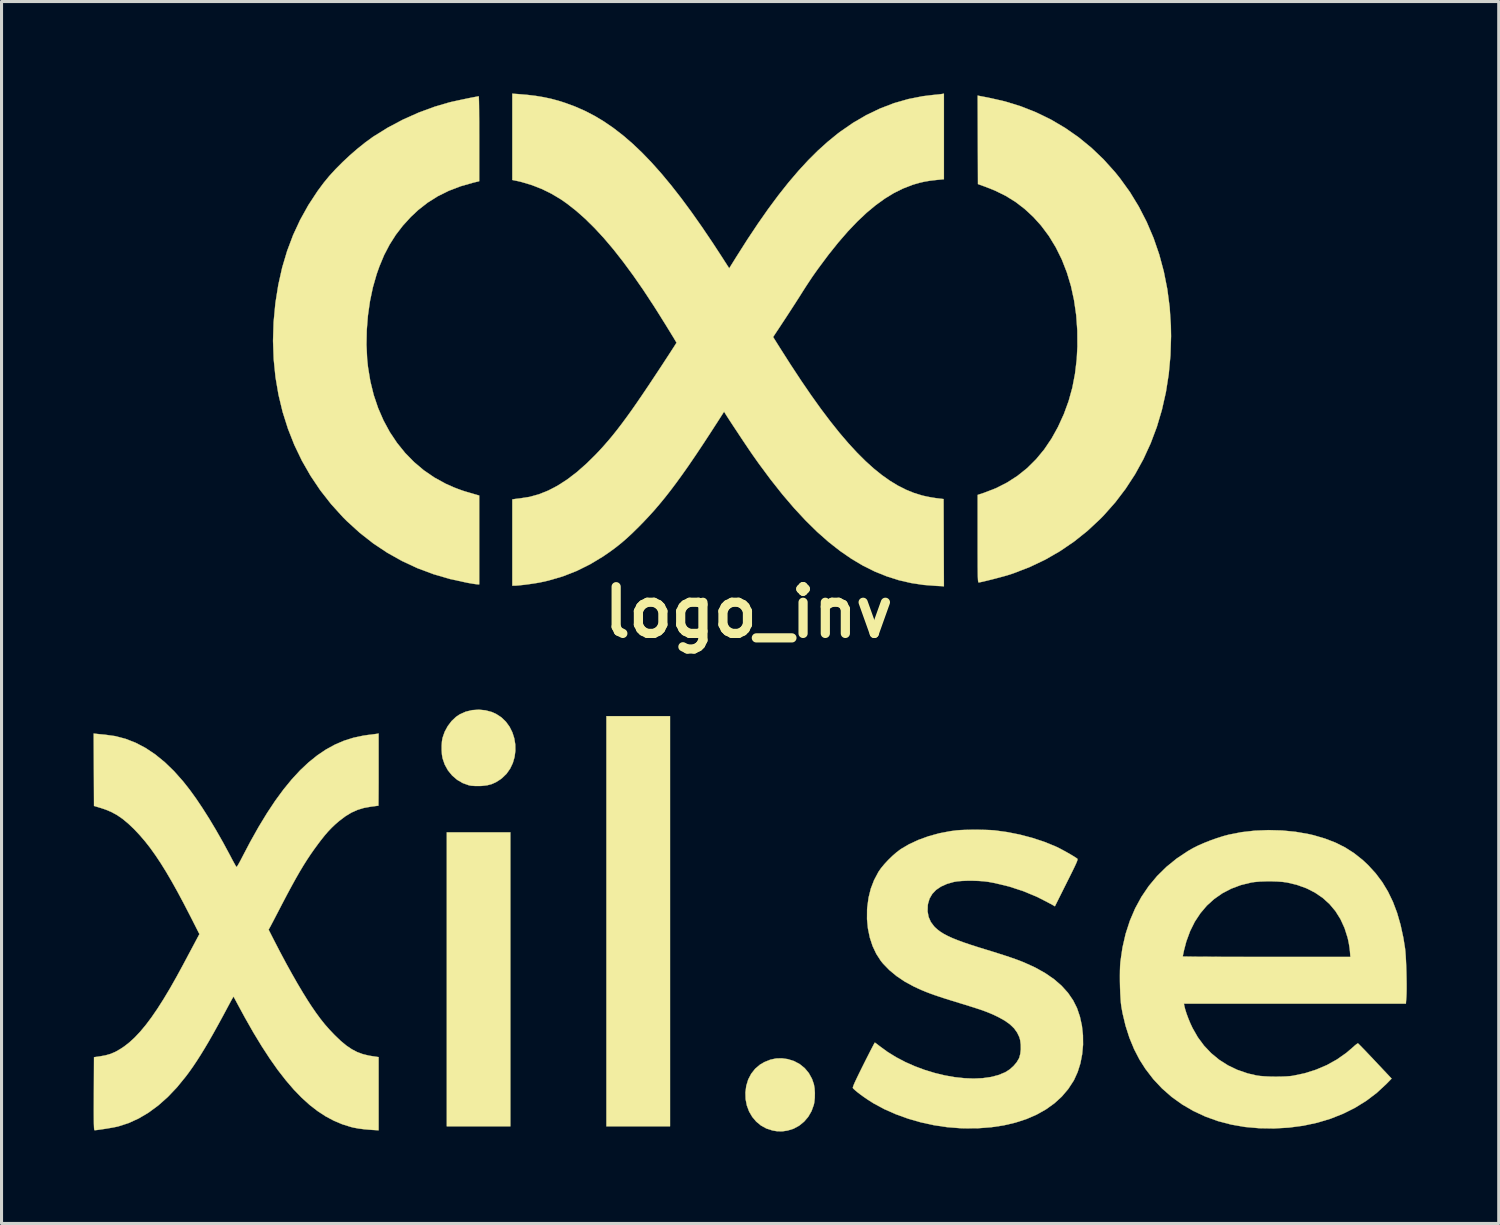
<source format=kicad_pcb>
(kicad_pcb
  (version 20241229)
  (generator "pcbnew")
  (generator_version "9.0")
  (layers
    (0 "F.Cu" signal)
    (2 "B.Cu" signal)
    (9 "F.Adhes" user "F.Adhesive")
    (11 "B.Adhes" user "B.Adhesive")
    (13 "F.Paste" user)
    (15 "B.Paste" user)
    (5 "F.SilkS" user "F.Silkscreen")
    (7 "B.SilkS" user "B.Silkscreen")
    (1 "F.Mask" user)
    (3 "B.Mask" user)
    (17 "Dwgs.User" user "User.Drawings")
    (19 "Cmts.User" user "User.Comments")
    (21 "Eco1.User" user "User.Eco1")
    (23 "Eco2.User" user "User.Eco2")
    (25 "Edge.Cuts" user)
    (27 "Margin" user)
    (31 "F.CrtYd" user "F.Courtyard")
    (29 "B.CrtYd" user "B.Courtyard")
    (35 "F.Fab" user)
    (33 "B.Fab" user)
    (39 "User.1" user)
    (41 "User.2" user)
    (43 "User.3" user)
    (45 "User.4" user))
  (footprint "logo_inv"
    (layer "F.Cu")
    (at 21.363 16.919)
    (property "Reference" "logo_inv" (at 0 0 0) (layer "F.SilkS") (effects (font (size 1.524 1.524) (thickness 0.3))))
    (attr through_hole)
    (fp_poly (pts (xy -7.768 16.764) (xy -9.842 16.764) (xy -9.842 7.176) (xy -7.768 7.176) (xy -7.768 16.764)) (stroke (width 0.01) (type solid)) (fill yes) (layer "F.SilkS"))
    (fp_poly (pts (xy -2.561 16.764) (xy -4.636 16.764) (xy -4.636 3.387) (xy -2.561 3.387) (xy -2.561 16.764)) (stroke (width 0.01) (type solid)) (fill yes) (layer "F.SilkS"))
    (fp_poly (pts (xy 1.281 14.573) (xy 1.486 14.638) (xy 1.671 14.737) (xy 1.833 14.869) (xy 1.966 15.029) (xy 2.069 15.215) (xy 2.13 15.391) (xy 2.153 15.522) (xy 2.163 15.677) (xy 2.16 15.837) (xy 2.144 15.986) (xy 2.128 16.064) (xy 2.054 16.268) (xy 1.948 16.452) (xy 1.812 16.611) (xy 1.652 16.742) (xy 1.47 16.841) (xy 1.275 16.902) (xy 1.101 16.928) (xy 0.934 16.925) (xy 0.783 16.9) (xy 0.585 16.837) (xy 0.406 16.739) (xy 0.251 16.611) (xy 0.121 16.457) (xy 0.018 16.281) (xy -0.055 16.086) (xy -0.096 15.877) (xy -0.102 15.658) (xy -0.074 15.443) (xy -0.01 15.235) (xy 0.088 15.048) (xy 0.217 14.885) (xy 0.374 14.752) (xy 0.517 14.669) (xy 0.711 14.591) (xy 0.898 14.551) (xy 1.088 14.546) (xy 1.281 14.573)) (stroke (width 0.01) (type solid)) (fill yes) (layer "F.SilkS"))
    (fp_poly (pts (xy -8.58 3.197) (xy -8.371 3.253) (xy -8.235 3.314) (xy -8.06 3.428) (xy -7.913 3.57) (xy -7.794 3.734) (xy -7.703 3.916) (xy -7.641 4.11) (xy -7.608 4.312) (xy -7.605 4.517) (xy -7.631 4.719) (xy -7.688 4.915) (xy -7.775 5.098) (xy -7.892 5.265) (xy -8.041 5.409) (xy -8.092 5.448) (xy -8.236 5.54) (xy -8.376 5.603) (xy -8.524 5.642) (xy -8.695 5.662) (xy -8.763 5.665) (xy -8.912 5.665) (xy -9.035 5.657) (xy -9.117 5.643) (xy -9.319 5.571) (xy -9.504 5.463) (xy -9.667 5.323) (xy -9.803 5.157) (xy -9.908 4.968) (xy -9.979 4.762) (xy -9.98 4.757) (xy -10 4.637) (xy -10.009 4.495) (xy -10.009 4.346) (xy -9.999 4.207) (xy -9.98 4.095) (xy -9.911 3.898) (xy -9.811 3.713) (xy -9.686 3.548) (xy -9.54 3.41) (xy -9.419 3.329) (xy -9.225 3.242) (xy -9.015 3.191) (xy -8.797 3.176) (xy -8.58 3.197)) (stroke (width 0.01) (type solid)) (fill yes) (layer "F.SilkS"))
    (fp_poly (pts (xy 7.53 -16.84) (xy 7.574 -16.831) (xy 7.649 -16.817) (xy 7.743 -16.799) (xy 7.821 -16.784) (xy 8.357 -16.663) (xy 8.877 -16.503) (xy 9.378 -16.305) (xy 9.861 -16.07) (xy 10.323 -15.798) (xy 10.764 -15.491) (xy 11.183 -15.148) (xy 11.578 -14.771) (xy 11.948 -14.36) (xy 12.114 -14.154) (xy 12.439 -13.704) (xy 12.729 -13.228) (xy 12.985 -12.73) (xy 13.207 -12.21) (xy 13.393 -11.671) (xy 13.543 -11.113) (xy 13.657 -10.538) (xy 13.734 -9.949) (xy 13.773 -9.346) (xy 13.779 -9.006) (xy 13.76 -8.381) (xy 13.704 -7.771) (xy 13.611 -7.178) (xy 13.481 -6.603) (xy 13.316 -6.047) (xy 13.114 -5.511) (xy 12.877 -4.995) (xy 12.606 -4.502) (xy 12.299 -4.031) (xy 11.959 -3.584) (xy 11.585 -3.162) (xy 11.462 -3.037) (xy 11.05 -2.653) (xy 10.615 -2.306) (xy 10.157 -1.994) (xy 9.678 -1.718) (xy 9.176 -1.479) (xy 8.652 -1.276) (xy 8.535 -1.236) (xy 8.454 -1.211) (xy 8.35 -1.181) (xy 8.228 -1.148) (xy 8.097 -1.113) (xy 7.963 -1.078) (xy 7.834 -1.046) (xy 7.716 -1.017) (xy 7.617 -0.994) (xy 7.545 -0.979) (xy 7.506 -0.974) (xy 7.506 -0.974) (xy 7.499 -0.976) (xy 7.493 -0.987) (xy 7.489 -1.007) (xy 7.484 -1.041) (xy 7.481 -1.092) (xy 7.478 -1.161) (xy 7.476 -1.253) (xy 7.475 -1.37) (xy 7.473 -1.514) (xy 7.473 -1.69) (xy 7.472 -1.899) (xy 7.472 -2.146) (xy 7.472 -2.401) (xy 7.472 -3.828) (xy 7.678 -3.896) (xy 8.067 -4.046) (xy 8.431 -4.231) (xy 8.771 -4.45) (xy 9.087 -4.703) (xy 9.377 -4.991) (xy 9.643 -5.312) (xy 9.883 -5.668) (xy 10.091 -6.043) (xy 10.283 -6.463) (xy 10.439 -6.89) (xy 10.56 -7.327) (xy 10.647 -7.78) (xy 10.703 -8.253) (xy 10.725 -8.668) (xy 10.722 -9.187) (xy 10.686 -9.691) (xy 10.616 -10.176) (xy 10.515 -10.641) (xy 10.381 -11.085) (xy 10.217 -11.505) (xy 10.021 -11.901) (xy 9.796 -12.271) (xy 9.541 -12.612) (xy 9.286 -12.894) (xy 9.002 -13.157) (xy 8.703 -13.386) (xy 8.384 -13.583) (xy 8.038 -13.753) (xy 7.758 -13.865) (xy 7.482 -13.966) (xy 7.472 -16.852) (xy 7.53 -16.84)) (stroke (width 0.01) (type solid)) (fill yes) (layer "F.SilkS"))
    (fp_poly (pts (xy -8.797 -16.807) (xy -8.795 -16.747) (xy -8.792 -16.653) (xy -8.79 -16.526) (xy -8.788 -16.371) (xy -8.787 -16.192) (xy -8.785 -15.991) (xy -8.785 -15.772) (xy -8.784 -15.539) (xy -8.784 -15.443) (xy -8.784 -14.059) (xy -8.98 -14.012) (xy -9.393 -13.894) (xy -9.777 -13.747) (xy -10.134 -13.57) (xy -10.466 -13.361) (xy -10.775 -13.119) (xy -11.011 -12.898) (xy -11.274 -12.61) (xy -11.505 -12.31) (xy -11.707 -11.992) (xy -11.885 -11.651) (xy -12.04 -11.279) (xy -12.129 -11.028) (xy -12.252 -10.599) (xy -12.347 -10.146) (xy -12.414 -9.677) (xy -12.452 -9.201) (xy -12.461 -8.726) (xy -12.439 -8.26) (xy -12.412 -8.001) (xy -12.335 -7.534) (xy -12.225 -7.087) (xy -12.081 -6.66) (xy -11.906 -6.257) (xy -11.7 -5.877) (xy -11.464 -5.524) (xy -11.2 -5.197) (xy -10.909 -4.9) (xy -10.592 -4.632) (xy -10.249 -4.397) (xy -9.882 -4.195) (xy -9.62 -4.078) (xy -9.51 -4.035) (xy -9.397 -3.993) (xy -9.296 -3.958) (xy -9.239 -3.94) (xy -9.137 -3.91) (xy -9.022 -3.877) (xy -8.938 -3.852) (xy -8.784 -3.808) (xy -8.784 -0.91) (xy -8.842 -0.912) (xy -8.885 -0.917) (xy -8.959 -0.927) (xy -9.055 -0.943) (xy -9.161 -0.961) (xy -9.171 -0.963) (xy -9.735 -1.085) (xy -10.278 -1.244) (xy -10.799 -1.439) (xy -11.3 -1.672) (xy -11.78 -1.941) (xy -12.24 -2.247) (xy -12.678 -2.59) (xy -13.096 -2.97) (xy -13.23 -3.104) (xy -13.616 -3.53) (xy -13.968 -3.98) (xy -14.285 -4.452) (xy -14.567 -4.945) (xy -14.813 -5.457) (xy -15.022 -5.987) (xy -15.195 -6.533) (xy -15.33 -7.094) (xy -15.428 -7.669) (xy -15.487 -8.256) (xy -15.508 -8.853) (xy -15.49 -9.459) (xy -15.432 -10.073) (xy -15.43 -10.092) (xy -15.336 -10.681) (xy -15.21 -11.244) (xy -15.049 -11.784) (xy -14.854 -12.302) (xy -14.623 -12.8) (xy -14.357 -13.278) (xy -14.054 -13.74) (xy -13.852 -14.012) (xy -13.675 -14.227) (xy -13.468 -14.453) (xy -13.239 -14.683) (xy -12.996 -14.91) (xy -12.746 -15.126) (xy -12.499 -15.324) (xy -12.261 -15.497) (xy -12.23 -15.518) (xy -11.763 -15.808) (xy -11.27 -16.069) (xy -10.759 -16.297) (xy -10.237 -16.489) (xy -9.768 -16.627) (xy -9.699 -16.644) (xy -9.604 -16.665) (xy -9.49 -16.69) (xy -9.365 -16.717) (xy -9.236 -16.744) (xy -9.111 -16.77) (xy -8.998 -16.792) (xy -8.903 -16.81) (xy -8.835 -16.823) (xy -8.8 -16.827) (xy -8.8 -16.827) (xy -8.797 -16.807)) (stroke (width 0.01) (type solid)) (fill yes) (layer "F.SilkS"))
    (fp_poly (pts (xy 17.401 7.116) (xy 17.84 7.159) (xy 18.264 7.233) (xy 18.426 7.27) (xy 18.8 7.38) (xy 19.143 7.512) (xy 19.459 7.671) (xy 19.752 7.859) (xy 20.027 8.077) (xy 20.215 8.254) (xy 20.455 8.517) (xy 20.668 8.801) (xy 20.854 9.109) (xy 21.015 9.442) (xy 21.151 9.802) (xy 21.264 10.194) (xy 21.356 10.618) (xy 21.411 10.964) (xy 21.422 11.068) (xy 21.432 11.205) (xy 21.441 11.369) (xy 21.449 11.55) (xy 21.455 11.74) (xy 21.459 11.932) (xy 21.462 12.117) (xy 21.462 12.287) (xy 21.459 12.433) (xy 21.454 12.548) (xy 21.453 12.558) (xy 21.438 12.764) (xy 14.198 12.764) (xy 14.212 12.836) (xy 14.24 12.949) (xy 14.284 13.089) (xy 14.341 13.243) (xy 14.406 13.401) (xy 14.476 13.551) (xy 14.479 13.557) (xy 14.652 13.86) (xy 14.856 14.135) (xy 15.089 14.38) (xy 15.349 14.594) (xy 15.635 14.776) (xy 15.946 14.925) (xy 16.279 15.039) (xy 16.563 15.105) (xy 16.682 15.122) (xy 16.833 15.134) (xy 17.004 15.142) (xy 17.185 15.145) (xy 17.364 15.143) (xy 17.531 15.137) (xy 17.674 15.126) (xy 17.748 15.116) (xy 18.135 15.035) (xy 18.506 14.918) (xy 18.858 14.768) (xy 19.188 14.585) (xy 19.492 14.372) (xy 19.698 14.196) (xy 19.766 14.135) (xy 19.823 14.089) (xy 19.862 14.062) (xy 19.875 14.058) (xy 19.894 14.075) (xy 19.938 14.119) (xy 20.005 14.187) (xy 20.091 14.275) (xy 20.192 14.381) (xy 20.305 14.5) (xy 20.427 14.629) (xy 20.434 14.637) (xy 20.972 15.208) (xy 20.799 15.385) (xy 20.488 15.673) (xy 20.148 15.931) (xy 19.782 16.158) (xy 19.392 16.353) (xy 18.979 16.517) (xy 18.545 16.647) (xy 18.092 16.744) (xy 17.622 16.806) (xy 17.138 16.834) (xy 16.658 16.826) (xy 16.191 16.785) (xy 15.742 16.707) (xy 15.31 16.594) (xy 14.899 16.446) (xy 14.51 16.265) (xy 14.144 16.052) (xy 13.802 15.807) (xy 13.487 15.531) (xy 13.2 15.225) (xy 12.943 14.89) (xy 12.751 14.589) (xy 12.575 14.249) (xy 12.422 13.879) (xy 12.296 13.486) (xy 12.198 13.077) (xy 12.159 12.859) (xy 12.144 12.744) (xy 12.133 12.596) (xy 12.123 12.425) (xy 12.116 12.238) (xy 12.112 12.047) (xy 12.111 11.858) (xy 12.113 11.683) (xy 12.118 11.53) (xy 12.127 11.408) (xy 12.127 11.407) (xy 12.153 11.224) (xy 14.161 11.224) (xy 14.182 11.226) (xy 14.242 11.227) (xy 14.34 11.229) (xy 14.473 11.231) (xy 14.638 11.233) (xy 14.833 11.234) (xy 15.055 11.235) (xy 15.302 11.237) (xy 15.572 11.238) (xy 15.862 11.238) (xy 16.168 11.239) (xy 16.49 11.239) (xy 16.824 11.239) (xy 16.894 11.239) (xy 19.628 11.239) (xy 19.613 11.048) (xy 19.601 10.944) (xy 19.581 10.818) (xy 19.555 10.689) (xy 19.538 10.614) (xy 19.438 10.299) (xy 19.306 10.01) (xy 19.143 9.749) (xy 18.949 9.517) (xy 18.725 9.314) (xy 18.471 9.141) (xy 18.19 8.999) (xy 17.881 8.888) (xy 17.565 8.813) (xy 17.42 8.793) (xy 17.245 8.78) (xy 17.054 8.774) (xy 16.859 8.775) (xy 16.671 8.782) (xy 16.503 8.797) (xy 16.394 8.813) (xy 16.055 8.896) (xy 15.74 9.014) (xy 15.449 9.166) (xy 15.185 9.351) (xy 14.946 9.567) (xy 14.736 9.815) (xy 14.553 10.092) (xy 14.401 10.398) (xy 14.278 10.732) (xy 14.203 11.017) (xy 14.185 11.103) (xy 14.17 11.172) (xy 14.162 11.215) (xy 14.161 11.224) (xy 12.153 11.224) (xy 12.195 10.935) (xy 12.298 10.486) (xy 12.436 10.06) (xy 12.608 9.658) (xy 12.813 9.281) (xy 13.052 8.929) (xy 13.324 8.602) (xy 13.628 8.303) (xy 13.964 8.03) (xy 14.331 7.786) (xy 14.499 7.69) (xy 14.66 7.609) (xy 14.851 7.525) (xy 15.06 7.442) (xy 15.274 7.366) (xy 15.483 7.3) (xy 15.663 7.252) (xy 16.077 7.171) (xy 16.51 7.122) (xy 16.954 7.104) (xy 17.401 7.116)) (stroke (width 0.01) (type solid)) (fill yes) (layer "F.SilkS"))
    (fp_poly (pts (xy 7.567 7.093) (xy 7.739 7.097) (xy 7.89 7.103) (xy 8.012 7.111) (xy 8.022 7.112) (xy 8.434 7.168) (xy 8.846 7.25) (xy 9.249 7.356) (xy 9.634 7.482) (xy 9.99 7.626) (xy 10.051 7.654) (xy 10.141 7.698) (xy 10.25 7.756) (xy 10.367 7.82) (xy 10.483 7.886) (xy 10.587 7.948) (xy 10.671 8.001) (xy 10.717 8.032) (xy 10.725 8.041) (xy 10.729 8.055) (xy 10.726 8.078) (xy 10.715 8.113) (xy 10.695 8.163) (xy 10.664 8.233) (xy 10.62 8.326) (xy 10.562 8.445) (xy 10.488 8.594) (xy 10.397 8.776) (xy 10.373 8.824) (xy 9.991 9.588) (xy 9.858 9.512) (xy 9.426 9.289) (xy 8.973 9.099) (xy 8.504 8.945) (xy 8.027 8.83) (xy 7.821 8.792) (xy 7.67 8.773) (xy 7.497 8.761) (xy 7.314 8.755) (xy 7.131 8.755) (xy 6.96 8.762) (xy 6.809 8.775) (xy 6.699 8.793) (xy 6.47 8.858) (xy 6.275 8.946) (xy 6.115 9.055) (xy 5.991 9.186) (xy 5.903 9.337) (xy 5.852 9.509) (xy 5.845 9.558) (xy 5.839 9.755) (xy 5.872 9.936) (xy 5.944 10.099) (xy 6.055 10.247) (xy 6.086 10.278) (xy 6.169 10.352) (xy 6.262 10.422) (xy 6.371 10.49) (xy 6.497 10.557) (xy 6.645 10.624) (xy 6.818 10.694) (xy 7.019 10.768) (xy 7.253 10.847) (xy 7.522 10.933) (xy 7.691 10.985) (xy 7.958 11.067) (xy 8.189 11.14) (xy 8.388 11.204) (xy 8.561 11.262) (xy 8.712 11.315) (xy 8.845 11.364) (xy 8.965 11.412) (xy 8.99 11.422) (xy 9.354 11.588) (xy 9.678 11.77) (xy 9.964 11.967) (xy 10.21 12.181) (xy 10.417 12.41) (xy 10.585 12.655) (xy 10.711 12.905) (xy 10.807 13.187) (xy 10.872 13.485) (xy 10.906 13.793) (xy 10.909 14.104) (xy 10.88 14.413) (xy 10.822 14.712) (xy 10.733 14.994) (xy 10.615 15.254) (xy 10.599 15.282) (xy 10.423 15.551) (xy 10.213 15.797) (xy 9.971 16.017) (xy 9.697 16.213) (xy 9.394 16.383) (xy 9.063 16.527) (xy 8.705 16.643) (xy 8.322 16.733) (xy 7.915 16.794) (xy 7.485 16.827) (xy 7.035 16.83) (xy 6.9 16.825) (xy 6.473 16.791) (xy 6.044 16.727) (xy 5.618 16.634) (xy 5.202 16.514) (xy 4.803 16.37) (xy 4.426 16.203) (xy 4.077 16.015) (xy 3.895 15.9) (xy 3.771 15.815) (xy 3.656 15.732) (xy 3.555 15.655) (xy 3.475 15.588) (xy 3.42 15.537) (xy 3.402 15.514) (xy 3.402 15.495) (xy 3.414 15.455) (xy 3.439 15.391) (xy 3.479 15.301) (xy 3.535 15.183) (xy 3.607 15.034) (xy 3.698 14.85) (xy 3.744 14.758) (xy 3.825 14.596) (xy 3.901 14.447) (xy 3.968 14.315) (xy 4.026 14.203) (xy 4.071 14.117) (xy 4.102 14.059) (xy 4.117 14.034) (xy 4.118 14.034) (xy 4.139 14.046) (xy 4.184 14.079) (xy 4.245 14.126) (xy 4.272 14.147) (xy 4.532 14.337) (xy 4.814 14.511) (xy 5.113 14.668) (xy 5.425 14.806) (xy 5.747 14.926) (xy 6.073 15.025) (xy 6.4 15.104) (xy 6.724 15.161) (xy 7.04 15.195) (xy 7.345 15.207) (xy 7.635 15.194) (xy 7.905 15.156) (xy 8.151 15.092) (xy 8.369 15.002) (xy 8.382 14.995) (xy 8.517 14.908) (xy 8.641 14.798) (xy 8.745 14.675) (xy 8.819 14.55) (xy 8.829 14.527) (xy 8.862 14.402) (xy 8.879 14.255) (xy 8.877 14.101) (xy 8.859 13.955) (xy 8.832 13.857) (xy 8.759 13.705) (xy 8.658 13.566) (xy 8.526 13.439) (xy 8.358 13.319) (xy 8.151 13.204) (xy 8.117 13.187) (xy 8.015 13.138) (xy 7.916 13.094) (xy 7.813 13.051) (xy 7.701 13.008) (xy 7.575 12.963) (xy 7.429 12.915) (xy 7.256 12.86) (xy 7.052 12.796) (xy 6.911 12.753) (xy 6.65 12.673) (xy 6.425 12.603) (xy 6.23 12.539) (xy 6.06 12.482) (xy 5.909 12.427) (xy 5.772 12.374) (xy 5.644 12.321) (xy 5.52 12.265) (xy 5.393 12.206) (xy 5.387 12.203) (xy 5.094 12.044) (xy 4.827 11.864) (xy 4.589 11.667) (xy 4.386 11.457) (xy 4.313 11.367) (xy 4.166 11.14) (xy 4.046 10.886) (xy 3.955 10.609) (xy 3.894 10.315) (xy 3.864 10.009) (xy 3.866 9.697) (xy 3.871 9.628) (xy 3.914 9.308) (xy 3.987 9.013) (xy 4.093 8.737) (xy 4.233 8.473) (xy 4.237 8.465) (xy 4.32 8.346) (xy 4.43 8.213) (xy 4.557 8.076) (xy 4.693 7.944) (xy 4.829 7.826) (xy 4.955 7.731) (xy 4.961 7.726) (xy 5.234 7.565) (xy 5.539 7.424) (xy 5.869 7.304) (xy 6.218 7.208) (xy 6.58 7.139) (xy 6.778 7.113) (xy 6.893 7.104) (xy 7.039 7.097) (xy 7.207 7.093) (xy 7.387 7.092) (xy 7.567 7.093)) (stroke (width 0.01) (type solid)) (fill yes) (layer "F.SilkS"))
    (fp_poly (pts (xy -21.257 3.966) (xy -21.183 3.974) (xy -21.088 3.983) (xy -20.997 3.991) (xy -20.652 4.039) (xy -20.315 4.128) (xy -19.985 4.257) (xy -19.663 4.427) (xy -19.348 4.637) (xy -19.039 4.889) (xy -18.736 5.182) (xy -18.44 5.516) (xy -18.225 5.789) (xy -18.021 6.071) (xy -17.808 6.388) (xy -17.589 6.733) (xy -17.369 7.101) (xy -17.15 7.485) (xy -16.937 7.879) (xy -16.903 7.943) (xy -16.845 8.054) (xy -16.791 8.153) (xy -16.747 8.232) (xy -16.716 8.286) (xy -16.701 8.308) (xy -16.7 8.308) (xy -16.685 8.294) (xy -16.655 8.248) (xy -16.614 8.176) (xy -16.564 8.084) (xy -16.53 8.017) (xy -16.253 7.489) (xy -15.98 7.002) (xy -15.708 6.555) (xy -15.438 6.147) (xy -15.167 5.778) (xy -14.895 5.446) (xy -14.622 5.151) (xy -14.345 4.891) (xy -14.065 4.666) (xy -13.78 4.474) (xy -13.489 4.315) (xy -13.191 4.187) (xy -12.885 4.091) (xy -12.57 4.024) (xy -12.414 4.001) (xy -12.318 3.99) (xy -12.228 3.978) (xy -12.16 3.969) (xy -12.144 3.967) (xy -12.065 3.954) (xy -12.065 5.131) (xy -12.065 5.35) (xy -12.065 5.555) (xy -12.066 5.744) (xy -12.067 5.912) (xy -12.068 6.055) (xy -12.069 6.17) (xy -12.07 6.252) (xy -12.071 6.299) (xy -12.072 6.308) (xy -12.094 6.31) (xy -12.15 6.317) (xy -12.23 6.328) (xy -12.316 6.339) (xy -12.544 6.38) (xy -12.752 6.443) (xy -12.949 6.531) (xy -13.144 6.649) (xy -13.346 6.802) (xy -13.364 6.817) (xy -13.487 6.923) (xy -13.601 7.032) (xy -13.713 7.15) (xy -13.829 7.285) (xy -13.956 7.445) (xy -14.044 7.562) (xy -14.166 7.728) (xy -14.284 7.897) (xy -14.401 8.073) (xy -14.52 8.262) (xy -14.642 8.466) (xy -14.771 8.691) (xy -14.909 8.941) (xy -15.059 9.22) (xy -15.223 9.533) (xy -15.246 9.578) (xy -15.324 9.728) (xy -15.398 9.87) (xy -15.465 9.999) (xy -15.522 10.108) (xy -15.567 10.193) (xy -15.596 10.248) (xy -15.603 10.261) (xy -15.653 10.351) (xy -15.466 10.718) (xy -15.277 11.083) (xy -15.087 11.439) (xy -14.898 11.781) (xy -14.714 12.104) (xy -14.537 12.402) (xy -14.371 12.669) (xy -14.261 12.838) (xy -14.106 13.064) (xy -13.961 13.261) (xy -13.819 13.439) (xy -13.67 13.608) (xy -13.509 13.778) (xy -13.494 13.793) (xy -13.3 13.979) (xy -13.118 14.13) (xy -12.942 14.249) (xy -12.765 14.342) (xy -12.581 14.41) (xy -12.384 14.458) (xy -12.298 14.472) (xy -12.065 14.507) (xy -12.065 16.894) (xy -12.282 16.881) (xy -12.515 16.862) (xy -12.715 16.837) (xy -12.892 16.804) (xy -12.975 16.783) (xy -13.253 16.696) (xy -13.525 16.581) (xy -13.792 16.439) (xy -14.055 16.267) (xy -14.316 16.065) (xy -14.574 15.831) (xy -14.833 15.564) (xy -15.091 15.263) (xy -15.352 14.928) (xy -15.614 14.556) (xy -15.881 14.146) (xy -16.153 13.698) (xy -16.43 13.21) (xy -16.615 12.869) (xy -16.672 12.763) (xy -16.722 12.67) (xy -16.761 12.597) (xy -16.787 12.549) (xy -16.796 12.534) (xy -16.808 12.549) (xy -16.835 12.595) (xy -16.874 12.664) (xy -16.92 12.75) (xy -16.924 12.757) (xy -17.115 13.115) (xy -17.291 13.438) (xy -17.453 13.73) (xy -17.603 13.993) (xy -17.744 14.231) (xy -17.877 14.447) (xy -18.004 14.645) (xy -18.127 14.828) (xy -18.249 15) (xy -18.349 15.134) (xy -18.639 15.49) (xy -18.939 15.806) (xy -19.247 16.08) (xy -19.564 16.314) (xy -19.889 16.507) (xy -20.222 16.659) (xy -20.547 16.764) (xy -20.615 16.78) (xy -20.71 16.799) (xy -20.823 16.819) (xy -20.945 16.84) (xy -21.065 16.858) (xy -21.175 16.874) (xy -21.263 16.886) (xy -21.322 16.891) (xy -21.33 16.891) (xy -21.336 16.884) (xy -21.341 16.863) (xy -21.345 16.824) (xy -21.348 16.763) (xy -21.351 16.679) (xy -21.352 16.569) (xy -21.353 16.429) (xy -21.354 16.256) (xy -21.353 16.048) (xy -21.352 15.801) (xy -21.352 15.7) (xy -21.347 14.51) (xy -21.156 14.483) (xy -20.97 14.449) (xy -20.806 14.402) (xy -20.649 14.335) (xy -20.489 14.243) (xy -20.362 14.159) (xy -20.192 14.026) (xy -20.019 13.867) (xy -19.842 13.679) (xy -19.661 13.462) (xy -19.474 13.213) (xy -19.28 12.931) (xy -19.078 12.614) (xy -18.867 12.262) (xy -18.646 11.871) (xy -18.443 11.498) (xy -18.363 11.348) (xy -18.282 11.195) (xy -18.203 11.047) (xy -18.132 10.914) (xy -18.073 10.803) (xy -18.043 10.746) (xy -17.909 10.495) (xy -18.201 9.92) (xy -18.417 9.502) (xy -18.62 9.122) (xy -18.813 8.776) (xy -18.997 8.462) (xy -19.174 8.177) (xy -19.347 7.918) (xy -19.515 7.683) (xy -19.683 7.469) (xy -19.85 7.274) (xy -20.019 7.094) (xy -20.034 7.078) (xy -20.229 6.892) (xy -20.413 6.739) (xy -20.593 6.615) (xy -20.778 6.514) (xy -20.974 6.432) (xy -21.124 6.382) (xy -21.347 6.315) (xy -21.352 5.135) (xy -21.358 3.954) (xy -21.257 3.966)) (stroke (width 0.01) (type solid)) (fill yes) (layer "F.SilkS"))
    (fp_poly (pts (xy -7.519 -16.901) (xy -7.213 -16.875) (xy -6.939 -16.842) (xy -6.687 -16.8) (xy -6.446 -16.749) (xy -6.207 -16.685) (xy -5.98 -16.613) (xy -5.655 -16.493) (xy -5.336 -16.353) (xy -5.022 -16.19) (xy -4.712 -16.004) (xy -4.405 -15.793) (xy -4.098 -15.556) (xy -3.791 -15.292) (xy -3.482 -14.999) (xy -3.17 -14.676) (xy -2.854 -14.322) (xy -2.532 -13.935) (xy -2.203 -13.515) (xy -1.866 -13.059) (xy -1.519 -12.566) (xy -1.161 -12.036) (xy -0.88 -11.605) (xy -0.631 -11.218) (xy -0.397 -11.594) (xy -0.041 -12.154) (xy 0.306 -12.675) (xy 0.644 -13.158) (xy 0.976 -13.605) (xy 1.302 -14.016) (xy 1.624 -14.394) (xy 1.943 -14.74) (xy 2.26 -15.056) (xy 2.577 -15.342) (xy 2.894 -15.601) (xy 2.985 -15.67) (xy 3.407 -15.962) (xy 3.842 -16.216) (xy 4.289 -16.43) (xy 4.745 -16.605) (xy 5.21 -16.738) (xy 5.68 -16.831) (xy 5.994 -16.869) (xy 6.098 -16.88) (xy 6.193 -16.889) (xy 6.267 -16.898) (xy 6.302 -16.903) (xy 6.371 -16.914) (xy 6.371 -14.124) (xy 6.122 -14.099) (xy 5.915 -14.075) (xy 5.734 -14.044) (xy 5.564 -14.005) (xy 5.387 -13.953) (xy 5.334 -13.936) (xy 5.038 -13.821) (xy 4.743 -13.675) (xy 4.447 -13.494) (xy 4.15 -13.28) (xy 3.85 -13.031) (xy 3.547 -12.745) (xy 3.239 -12.422) (xy 2.926 -12.061) (xy 2.606 -11.661) (xy 2.278 -11.221) (xy 2.155 -11.049) (xy 2.073 -10.931) (xy 1.979 -10.79) (xy 1.881 -10.641) (xy 1.787 -10.495) (xy 1.736 -10.414) (xy 1.665 -10.301) (xy 1.576 -10.162) (xy 1.476 -10.006) (xy 1.368 -9.84) (xy 1.26 -9.674) (xy 1.16 -9.521) (xy 0.801 -8.978) (xy 1.018 -8.632) (xy 1.373 -8.075) (xy 1.714 -7.557) (xy 2.043 -7.076) (xy 2.361 -6.632) (xy 2.669 -6.224) (xy 2.967 -5.851) (xy 3.257 -5.512) (xy 3.539 -5.206) (xy 3.815 -4.931) (xy 4.085 -4.687) (xy 4.351 -4.473) (xy 4.613 -4.288) (xy 4.873 -4.13) (xy 5.132 -3.999) (xy 5.389 -3.894) (xy 5.647 -3.814) (xy 5.694 -3.802) (xy 5.819 -3.774) (xy 5.96 -3.747) (xy 6.094 -3.726) (xy 6.138 -3.72) (xy 6.361 -3.693) (xy 6.366 -2.27) (xy 6.371 -0.847) (xy 6.324 -0.851) (xy 6.279 -0.854) (xy 6.207 -0.857) (xy 6.128 -0.861) (xy 5.71 -0.893) (xy 5.301 -0.955) (xy 4.901 -1.047) (xy 4.508 -1.172) (xy 4.12 -1.328) (xy 3.738 -1.518) (xy 3.36 -1.742) (xy 2.984 -2.001) (xy 2.609 -2.295) (xy 2.235 -2.626) (xy 1.86 -2.995) (xy 1.483 -3.401) (xy 1.103 -3.846) (xy 0.719 -4.331) (xy 0.329 -4.857) (xy 0.134 -5.133) (xy 0.078 -5.214) (xy 0.005 -5.321) (xy -0.08 -5.448) (xy -0.175 -5.589) (xy -0.274 -5.738) (xy -0.374 -5.89) (xy -0.472 -6.037) (xy -0.562 -6.174) (xy -0.641 -6.295) (xy -0.705 -6.394) (xy -0.75 -6.465) (xy -0.755 -6.473) (xy -0.798 -6.544) (xy -1.006 -6.219) (xy -1.27 -5.811) (xy -1.516 -5.436) (xy -1.745 -5.093) (xy -1.96 -4.778) (xy -2.164 -4.489) (xy -2.357 -4.223) (xy -2.542 -3.977) (xy -2.722 -3.747) (xy -2.898 -3.533) (xy -3.072 -3.329) (xy -3.248 -3.135) (xy -3.426 -2.946) (xy -3.576 -2.793) (xy -3.778 -2.594) (xy -3.963 -2.422) (xy -4.138 -2.269) (xy -4.314 -2.128) (xy -4.497 -1.992) (xy -4.698 -1.853) (xy -4.748 -1.819) (xy -5.172 -1.564) (xy -5.61 -1.347) (xy -6.063 -1.17) (xy -6.531 -1.034) (xy -6.795 -0.975) (xy -6.902 -0.956) (xy -7.029 -0.936) (xy -7.167 -0.916) (xy -7.304 -0.898) (xy -7.433 -0.884) (xy -7.541 -0.873) (xy -7.621 -0.868) (xy -7.636 -0.868) (xy -7.705 -0.868) (xy -7.705 -2.274) (xy -7.705 -3.68) (xy -7.646 -3.691) (xy -7.594 -3.699) (xy -7.518 -3.708) (xy -7.451 -3.716) (xy -7.142 -3.764) (xy -6.836 -3.849) (xy -6.531 -3.971) (xy -6.226 -4.131) (xy -5.918 -4.329) (xy -5.607 -4.566) (xy -5.291 -4.844) (xy -5.006 -5.124) (xy -4.862 -5.275) (xy -4.722 -5.429) (xy -4.583 -5.588) (xy -4.443 -5.755) (xy -4.299 -5.935) (xy -4.151 -6.128) (xy -3.995 -6.338) (xy -3.829 -6.568) (xy -3.652 -6.821) (xy -3.462 -7.099) (xy -3.255 -7.406) (xy -3.031 -7.744) (xy -2.831 -8.047) (xy -2.728 -8.205) (xy -2.632 -8.352) (xy -2.546 -8.484) (xy -2.473 -8.597) (xy -2.415 -8.687) (xy -2.374 -8.752) (xy -2.352 -8.787) (xy -2.349 -8.792) (xy -2.36 -8.812) (xy -2.391 -8.864) (xy -2.437 -8.942) (xy -2.498 -9.041) (xy -2.569 -9.157) (xy -2.647 -9.284) (xy -2.73 -9.419) (xy -2.815 -9.554) (xy -2.898 -9.688) (xy -2.977 -9.813) (xy -3.048 -9.925) (xy -3.09 -9.991) (xy -3.431 -10.51) (xy -3.764 -10.99) (xy -4.089 -11.431) (xy -4.406 -11.835) (xy -4.717 -12.202) (xy -5.023 -12.533) (xy -5.324 -12.83) (xy -5.622 -13.094) (xy -5.919 -13.327) (xy -6.13 -13.474) (xy -6.431 -13.653) (xy -6.755 -13.811) (xy -7.091 -13.941) (xy -7.426 -14.04) (xy -7.541 -14.066) (xy -7.705 -14.1) (xy -7.705 -16.914) (xy -7.519 -16.901)) (stroke (width 0.01) (type solid)) (fill yes) (layer "F.SilkS")))
  (gr_rect
    (start -3 -3)
    (end 45.829 36.852)
    (stroke (width 0.1) (type default))
    (fill no)
    (layer "Edge.Cuts")))
</source>
